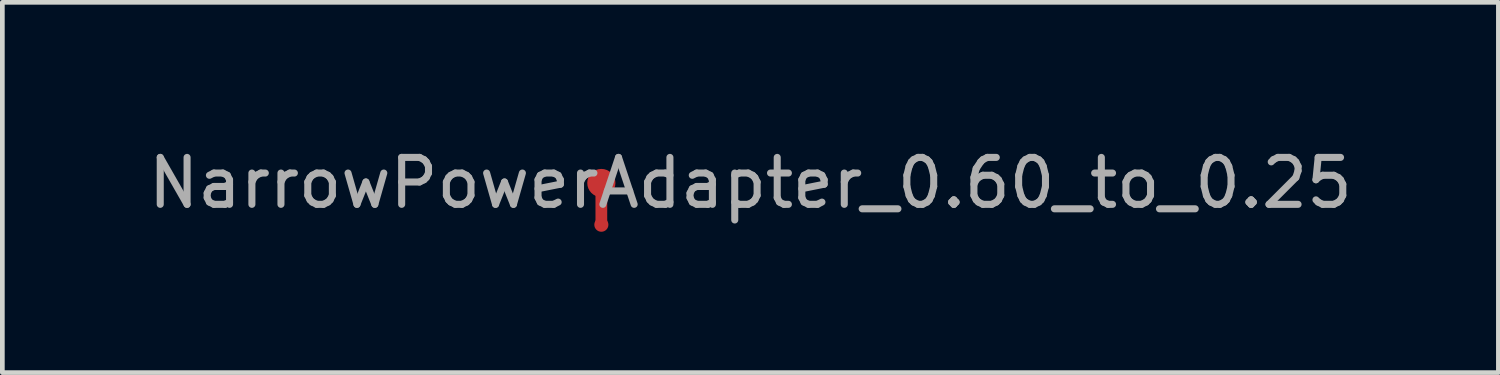
<source format=kicad_pcb>
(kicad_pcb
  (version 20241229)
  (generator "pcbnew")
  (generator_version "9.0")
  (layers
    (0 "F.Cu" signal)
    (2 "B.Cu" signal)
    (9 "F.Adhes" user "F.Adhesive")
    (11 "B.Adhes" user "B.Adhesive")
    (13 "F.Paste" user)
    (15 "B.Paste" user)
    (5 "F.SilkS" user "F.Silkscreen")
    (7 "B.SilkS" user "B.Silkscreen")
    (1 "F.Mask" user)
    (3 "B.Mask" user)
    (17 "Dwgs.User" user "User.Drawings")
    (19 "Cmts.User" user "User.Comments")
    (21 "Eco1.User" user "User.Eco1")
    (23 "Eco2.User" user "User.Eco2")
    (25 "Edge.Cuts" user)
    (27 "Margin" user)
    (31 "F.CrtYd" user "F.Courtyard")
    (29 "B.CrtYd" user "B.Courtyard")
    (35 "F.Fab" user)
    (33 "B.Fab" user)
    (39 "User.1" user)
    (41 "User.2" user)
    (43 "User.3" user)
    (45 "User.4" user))
  (footprint "NarrowPowerAdapter_0.60_to_0.25"
    (layer "F.Cu")
    (at 9.76 0.848)
    (property "Reference" "NarrowPowerAdapter_0.60_to_0.25" (at 3.175 0 0) (layer "F.Fab") (effects (font (size 1 1) (thickness 0.15))))
    (attr exclude_from_pos_files exclude_from_bom)
    (fp_line (start 0 0) (end 0 0.889) (stroke (width 0.25) (type solid)) (layer "F.Cu"))
    (pad "1" smd circle (at 0 0) (size 0.6 0.6) (layers "F.Cu"))
    (pad "2" smd circle (at 0 0.889) (size 0.3 0.3) (layers "F.Cu")))
  (gr_rect
    (start -3 -3)
    (end 28.869 4.887)
    (stroke (width 0.1) (type default))
    (fill no)
    (layer "Edge.Cuts")))
</source>
